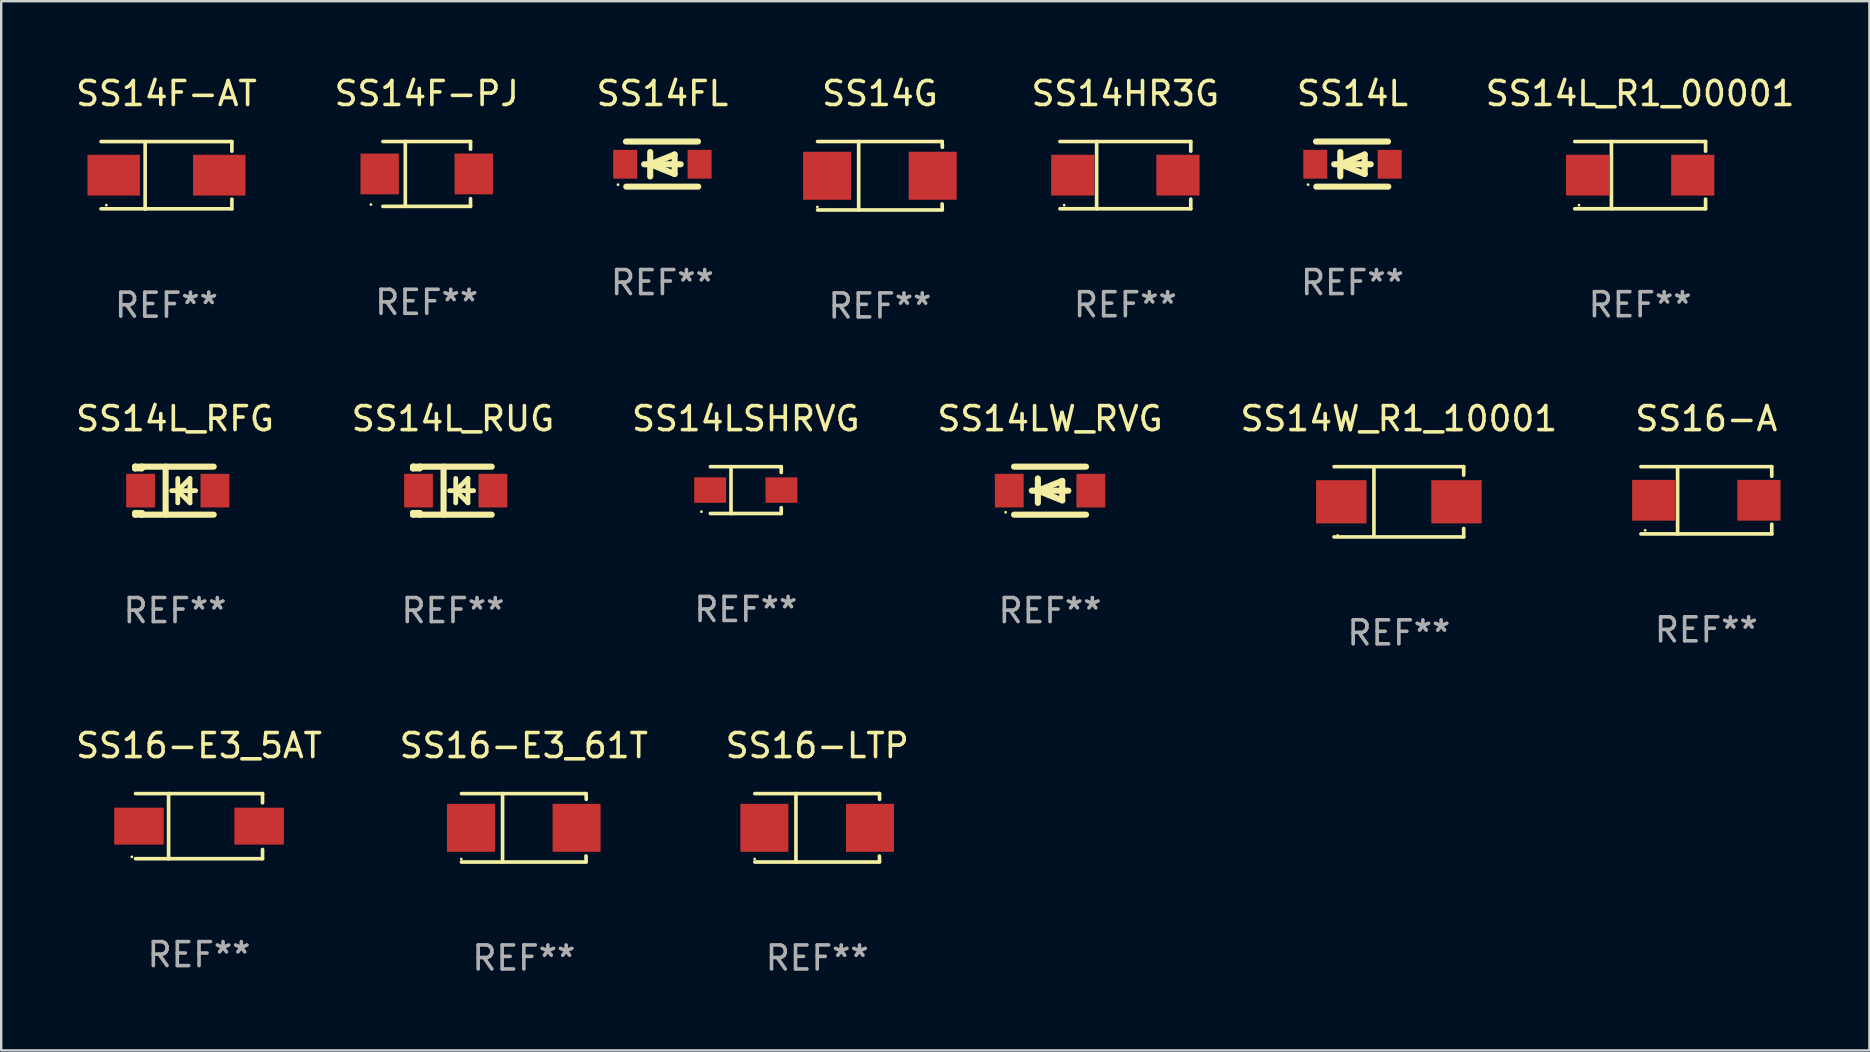
<source format=kicad_pcb>
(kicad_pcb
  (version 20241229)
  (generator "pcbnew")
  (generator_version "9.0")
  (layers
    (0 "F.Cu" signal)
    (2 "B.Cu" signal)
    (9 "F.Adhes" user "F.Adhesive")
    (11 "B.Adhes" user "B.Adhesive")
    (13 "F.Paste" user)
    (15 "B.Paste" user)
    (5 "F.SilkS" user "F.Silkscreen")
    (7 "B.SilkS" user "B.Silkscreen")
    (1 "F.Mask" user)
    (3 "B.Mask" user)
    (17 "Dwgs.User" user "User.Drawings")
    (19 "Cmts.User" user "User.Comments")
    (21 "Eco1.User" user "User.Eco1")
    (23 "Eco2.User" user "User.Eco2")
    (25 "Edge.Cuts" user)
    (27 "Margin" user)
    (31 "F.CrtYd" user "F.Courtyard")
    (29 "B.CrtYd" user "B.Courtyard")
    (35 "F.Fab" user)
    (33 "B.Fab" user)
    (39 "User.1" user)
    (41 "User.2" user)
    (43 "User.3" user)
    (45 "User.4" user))
  (footprint "SS16-LTP"
    (layer "F.Cu")
    (at 31.006 31.447)
    (property "Reference" "SS16-LTP" (at 0 -3.426 0) (layer "F.SilkS") (effects (font (size 1 1) (thickness 0.15))))
    (attr through_hole)
    (fp_line (start -2.6 -1.426) (end 2.593 -1.426) (stroke (width 0.152) (type solid)) (layer "F.SilkS"))
    (fp_line (start -2.6 1.426) (end 2.593 1.426) (stroke (width 0.152) (type solid)) (layer "F.SilkS"))
    (fp_line (start -0.887 -1.426) (end -0.887 1.426) (stroke (width 0.152) (type solid)) (layer "F.SilkS"))
    (fp_line (start 2.59 1.176) (end 2.597 1.415) (stroke (width 0.152) (type solid)) (layer "F.SilkS"))
    (fp_line (start 2.593 -1.426) (end 2.6 -1.187) (stroke (width 0.152) (type solid)) (layer "F.SilkS"))
    (fp_circle (center -2.608 1.3) (end -2.578 1.3) (stroke (width 0.06) (type solid)) (fill no) (layer "F.SilkS"))
    (fp_text user "REF**" (at 0 5.426 0) (layer "F.Fab") (effects (font (size 1 1) (thickness 0.15))))
    (pad "1" smd rect (at -2.203 0 180) (size 2 2) (layers "F.Cu" "F.Mask" "F.Paste"))
    (pad "2" smd rect (at 2.197 0 180) (size 2 2) (layers "F.Cu" "F.Mask" "F.Paste")))
  (footprint "SS16-E3_5AT"
    (layer "F.Cu")
    (at 5.244 31.377)
    (property "Reference" "SS16-E3_5AT" (at 0 -3.356 0) (layer "F.SilkS") (effects (font (size 1 1) (thickness 0.15))))
    (attr through_hole)
    (fp_line (start -2.646 -1.356) (end 2.646 -1.356) (stroke (width 0.152) (type solid)) (layer "F.SilkS"))
    (fp_line (start -2.646 1.356) (end 2.646 1.356) (stroke (width 0.152) (type solid)) (layer "F.SilkS"))
    (fp_line (start -1.269 -1.356) (end -1.269 1.356) (stroke (width 0.152) (type solid)) (layer "F.SilkS"))
    (fp_line (start 2.646 -1.356) (end 2.646 -0.973) (stroke (width 0.152) (type solid)) (layer "F.SilkS"))
    (fp_line (start 2.646 1.356) (end 2.646 0.973) (stroke (width 0.152) (type solid)) (layer "F.SilkS"))
    (fp_circle (center -2.8 1.28) (end -2.77 1.28) (stroke (width 0.06) (type solid)) (fill no) (layer "F.SilkS"))
    (fp_text user "REF**" (at 0 5.356 0) (layer "F.Fab") (effects (font (size 1 1) (thickness 0.15))))
    (pad "1" smd rect (at 2.504 0) (size 2.063 1.539) (layers "F.Cu" "F.Mask" "F.Paste"))
    (pad "2" smd rect (at -2.504 0) (size 2.063 1.539) (layers "F.Cu" "F.Mask" "F.Paste")))
  (footprint "SS14L_R1_00001"
    (layer "F.Cu")
    (at 65.299 4.249)
    (property "Reference" "SS14L_R1_00001" (at 0 -3.401 0) (layer "F.SilkS") (effects (font (size 1 1) (thickness 0.15))))
    (attr through_hole)
    (fp_line (start -2.726 -1.401) (end 2.726 -1.401) (stroke (width 0.152) (type solid)) (layer "F.SilkS"))
    (fp_line (start -2.726 1.401) (end 2.726 1.401) (stroke (width 0.152) (type solid)) (layer "F.SilkS"))
    (fp_line (start -1.197 -1.401) (end -1.197 1.401) (stroke (width 0.152) (type solid)) (layer "F.SilkS"))
    (fp_line (start 2.726 -1.401) (end 2.726 -1) (stroke (width 0.152) (type solid)) (layer "F.SilkS"))
    (fp_line (start 2.726 1.401) (end 2.726 1) (stroke (width 0.152) (type solid)) (layer "F.SilkS"))
    (fp_circle (center -2.55 1.25) (end -2.52 1.25) (stroke (width 0.06) (type solid)) (fill no) (layer "F.SilkS"))
    (fp_text user "REF**" (at 0 5.401 0) (layer "F.Fab") (effects (font (size 1 1) (thickness 0.15))))
    (pad "1" smd rect (at -2.192 0) (size 1.8 1.7) (layers "F.Cu" "F.Mask" "F.Paste"))
    (pad "2" smd rect (at 2.192 0) (size 1.8 1.7) (layers "F.Cu" "F.Mask" "F.Paste")))
  (footprint "SS16-A"
    (layer "F.Cu")
    (at 68.057 17.798)
    (property "Reference" "SS16-A" (at 0 -3.401 0) (layer "F.SilkS") (effects (font (size 1 1) (thickness 0.15))))
    (attr through_hole)
    (fp_line (start -2.726 -1.401) (end 2.726 -1.401) (stroke (width 0.152) (type solid)) (layer "F.SilkS"))
    (fp_line (start -2.726 1.401) (end 2.726 1.401) (stroke (width 0.152) (type solid)) (layer "F.SilkS"))
    (fp_line (start -1.197 -1.401) (end -1.197 1.401) (stroke (width 0.152) (type solid)) (layer "F.SilkS"))
    (fp_line (start 2.726 -1.401) (end 2.726 -1) (stroke (width 0.152) (type solid)) (layer "F.SilkS"))
    (fp_line (start 2.726 1.401) (end 2.726 1) (stroke (width 0.152) (type solid)) (layer "F.SilkS"))
    (fp_circle (center -2.55 1.25) (end -2.52 1.25) (stroke (width 0.06) (type solid)) (fill no) (layer "F.SilkS"))
    (fp_text user "REF**" (at 0 5.401 0) (layer "F.Fab") (effects (font (size 1 1) (thickness 0.15))))
    (pad "1" smd rect (at -2.192 0) (size 1.8 1.7) (layers "F.Cu" "F.Mask" "F.Paste"))
    (pad "2" smd rect (at 2.192 0) (size 1.8 1.7) (layers "F.Cu" "F.Mask" "F.Paste")))
  (footprint "SS14HR3G"
    (layer "F.Cu")
    (at 43.846 4.249)
    (property "Reference" "SS14HR3G" (at 0 -3.401 0) (layer "F.SilkS") (effects (font (size 1 1) (thickness 0.15))))
    (attr through_hole)
    (fp_line (start -2.726 -1.401) (end 2.726 -1.401) (stroke (width 0.152) (type solid)) (layer "F.SilkS"))
    (fp_line (start -2.726 1.401) (end 2.726 1.401) (stroke (width 0.152) (type solid)) (layer "F.SilkS"))
    (fp_line (start -1.197 -1.401) (end -1.197 1.401) (stroke (width 0.152) (type solid)) (layer "F.SilkS"))
    (fp_line (start 2.726 -1.401) (end 2.726 -1) (stroke (width 0.152) (type solid)) (layer "F.SilkS"))
    (fp_line (start 2.726 1.401) (end 2.726 1) (stroke (width 0.152) (type solid)) (layer "F.SilkS"))
    (fp_circle (center -2.55 1.25) (end -2.52 1.25) (stroke (width 0.06) (type solid)) (fill no) (layer "F.SilkS"))
    (fp_text user "REF**" (at 0 5.401 0) (layer "F.Fab") (effects (font (size 1 1) (thickness 0.15))))
    (pad "1" smd rect (at -2.192 0) (size 1.8 1.7) (layers "F.Cu" "F.Mask" "F.Paste"))
    (pad "2" smd rect (at 2.192 0) (size 1.8 1.7) (layers "F.Cu" "F.Mask" "F.Paste")))
  (footprint "SS14F-AT"
    (layer "F.Cu")
    (at 3.887 4.259)
    (property "Reference" "SS14F-AT" (at 0 -3.41 0) (layer "F.SilkS") (effects (font (size 1 1) (thickness 0.15))))
    (attr through_hole)
    (fp_line (start -2.726 -1.41) (end 2.726 -1.41) (stroke (width 0.152) (type solid)) (layer "F.SilkS"))
    (fp_line (start -2.726 1.392) (end 2.726 1.392) (stroke (width 0.152) (type solid)) (layer "F.SilkS"))
    (fp_line (start -0.888 -1.392) (end -0.888 1.41) (stroke (width 0.152) (type solid)) (layer "F.SilkS"))
    (fp_line (start 2.726 -1.41) (end 2.726 -1.009) (stroke (width 0.152) (type solid)) (layer "F.SilkS"))
    (fp_line (start 2.726 1.392) (end 2.726 0.991) (stroke (width 0.152) (type solid)) (layer "F.SilkS"))
    (fp_circle (center -2.507 1.241) (end -2.477 1.241) (stroke (width 0.06) (type solid)) (fill no) (layer "F.SilkS"))
    (fp_text user "REF**" (at 0 5.41 0) (layer "F.Fab") (effects (font (size 1 1) (thickness 0.15))))
    (pad "1" smd rect (at -2.2 -0.009 180) (size 2.185 1.7) (layers "F.Cu" "F.Mask" "F.Paste"))
    (pad "2" smd rect (at 2.2 -0.009 180) (size 2.185 1.7) (layers "F.Cu" "F.Mask" "F.Paste")))
  (footprint "SS14L"
    (layer "F.Cu")
    (at 53.311 3.788)
    (property "Reference" "SS14L" (at 0 -2.94 0) (layer "F.SilkS") (effects (font (size 1 1) (thickness 0.15))))
    (attr through_hole)
    (fp_line (start -1.52 -0.94) (end 1.48 -0.94) (stroke (width 0.254) (type solid)) (layer "F.SilkS"))
    (fp_line (start -1.507 0.94) (end 1.493 0.94) (stroke (width 0.254) (type solid)) (layer "F.SilkS"))
    (fp_line (start -0.762 0.007) (end 0.762 0.007) (stroke (width 0.254) (type solid)) (layer "F.SilkS"))
    (fp_line (start -0.508 -0.501) (end -0.508 0.515) (stroke (width 0.254) (type solid)) (layer "F.SilkS"))
    (fp_line (start -0.508 0.007) (end 0.508 -0.4) (stroke (width 0.254) (type solid)) (layer "F.SilkS"))
    (fp_line (start 0.508 -0.4) (end 0.508 0.413) (stroke (width 0.254) (type solid)) (layer "F.SilkS"))
    (fp_line (start 0.508 0.413) (end -0.508 0.007) (stroke (width 0.254) (type solid)) (layer "F.SilkS"))
    (fp_circle (center -1.85 0.857) (end -1.82 0.857) (stroke (width 0.06) (type solid)) (fill no) (layer "F.SilkS"))
    (fp_text user "REF**" (at 0 4.94 0) (layer "F.Fab") (effects (font (size 1 1) (thickness 0.15))))
    (pad "1" smd rect (at -1.55 0.007) (size 1 1.2) (layers "F.Cu" "F.Mask" "F.Paste"))
    (pad "2" smd rect (at 1.55 0.007) (size 1 1.2) (layers "F.Cu" "F.Mask" "F.Paste")))
  (footprint "SS14FL"
    (layer "F.Cu")
    (at 24.554 3.788)
    (property "Reference" "SS14FL" (at 0 -2.94 0) (layer "F.SilkS") (effects (font (size 1 1) (thickness 0.15))))
    (attr through_hole)
    (fp_line (start -1.52 -0.94) (end 1.48 -0.94) (stroke (width 0.254) (type solid)) (layer "F.SilkS"))
    (fp_line (start -1.507 0.94) (end 1.493 0.94) (stroke (width 0.254) (type solid)) (layer "F.SilkS"))
    (fp_line (start -0.762 0.007) (end 0.762 0.007) (stroke (width 0.254) (type solid)) (layer "F.SilkS"))
    (fp_line (start -0.508 -0.501) (end -0.508 0.515) (stroke (width 0.254) (type solid)) (layer "F.SilkS"))
    (fp_line (start -0.508 0.007) (end 0.508 -0.4) (stroke (width 0.254) (type solid)) (layer "F.SilkS"))
    (fp_line (start 0.508 -0.4) (end 0.508 0.413) (stroke (width 0.254) (type solid)) (layer "F.SilkS"))
    (fp_line (start 0.508 0.413) (end -0.508 0.007) (stroke (width 0.254) (type solid)) (layer "F.SilkS"))
    (fp_circle (center -1.85 0.857) (end -1.82 0.857) (stroke (width 0.06) (type solid)) (fill no) (layer "F.SilkS"))
    (fp_text user "REF**" (at 0 4.94 0) (layer "F.Fab") (effects (font (size 1 1) (thickness 0.15))))
    (pad "1" smd rect (at -1.55 0.007) (size 1 1.2) (layers "F.Cu" "F.Mask" "F.Paste"))
    (pad "2" smd rect (at 1.55 0.007) (size 1 1.2) (layers "F.Cu" "F.Mask" "F.Paste")))
  (footprint "SS14W_R1_10001"
    (layer "F.Cu")
    (at 55.244 17.861)
    (property "Reference" "SS14W_R1_10001" (at 0 -3.464 0) (layer "F.SilkS") (effects (font (size 1 1) (thickness 0.15))))
    (attr through_hole)
    (fp_line (start -2.701 -1.464) (end 2.701 -1.464) (stroke (width 0.152) (type solid)) (layer "F.SilkS"))
    (fp_line (start -2.701 1.464) (end 2.701 1.464) (stroke (width 0.152) (type solid)) (layer "F.SilkS"))
    (fp_line (start -1.039 -1.364) (end -1.039 1.364) (stroke (width 0.152) (type solid)) (layer "F.SilkS"))
    (fp_line (start 2.701 -1.464) (end 2.701 -1.113) (stroke (width 0.152) (type solid)) (layer "F.SilkS"))
    (fp_line (start 2.701 1.464) (end 2.701 1.113) (stroke (width 0.152) (type solid)) (layer "F.SilkS"))
    (fp_circle (center -2.55 1.4) (end -2.52 1.4) (stroke (width 0.06) (type solid)) (fill no) (layer "F.SilkS"))
    (fp_text user "REF**" (at 0 5.464 0) (layer "F.Fab") (effects (font (size 1 1) (thickness 0.15))))
    (pad "1" smd rect (at -2.4 0.000025) (size 2.1 1.8) (layers "F.Cu" "F.Mask" "F.Paste"))
    (pad "2" smd rect (at 2.4 0.000025) (size 2.1 1.8) (layers "F.Cu" "F.Mask" "F.Paste")))
  (footprint "SS14LSHRVG"
    (layer "F.Cu")
    (at 28.03 17.373)
    (property "Reference" "SS14LSHRVG" (at 0 -2.976 0) (layer "F.SilkS") (effects (font (size 1 1) (thickness 0.15))))
    (attr through_hole)
    (fp_line (start -1.476 -0.976) (end 1.476 -0.976) (stroke (width 0.152) (type solid)) (layer "F.SilkS"))
    (fp_line (start -1.476 0.976) (end 1.476 0.976) (stroke (width 0.152) (type solid)) (layer "F.SilkS"))
    (fp_line (start -0.617 -0.976) (end -0.617 0.976) (stroke (width 0.152) (type solid)) (layer "F.SilkS"))
    (fp_line (start 1.476 -0.976) (end 1.476 -0.733) (stroke (width 0.152) (type solid)) (layer "F.SilkS"))
    (fp_line (start 1.476 0.976) (end 1.476 0.733) (stroke (width 0.152) (type solid)) (layer "F.SilkS"))
    (fp_circle (center -1.85 0.9) (end -1.82 0.9) (stroke (width 0.06) (type solid)) (fill no) (layer "F.SilkS"))
    (fp_text user "REF**" (at 0 4.976 0) (layer "F.Fab") (effects (font (size 1 1) (thickness 0.15))))
    (pad "1" smd rect (at -1.485 0) (size 1.33 1.06) (layers "F.Cu" "F.Mask" "F.Paste"))
    (pad "2" smd rect (at 1.485 0) (size 1.33 1.06) (layers "F.Cu" "F.Mask" "F.Paste")))
  (footprint "SS14F-PJ"
    (layer "F.Cu")
    (at 14.732 4.199)
    (property "Reference" "SS14F-PJ" (at 0 -3.351 0) (layer "F.SilkS") (effects (font (size 1 1) (thickness 0.15))))
    (attr through_hole)
    (fp_line (start -1.826 -1.351) (end 1.826 -1.351) (stroke (width 0.152) (type solid)) (layer "F.SilkS"))
    (fp_line (start -1.826 1.351) (end 1.826 1.351) (stroke (width 0.152) (type solid)) (layer "F.SilkS"))
    (fp_line (start -0.892 -1.351) (end -0.892 1.351) (stroke (width 0.152) (type solid)) (layer "F.SilkS"))
    (fp_line (start 1.826 -1.351) (end 1.826 -1.03) (stroke (width 0.152) (type solid)) (layer "F.SilkS"))
    (fp_line (start 1.826 1.03) (end 1.826 1.351) (stroke (width 0.152) (type solid)) (layer "F.SilkS"))
    (fp_circle (center -2.325 1.275) (end -2.295 1.275) (stroke (width 0.06) (type solid)) (fill no) (layer "F.SilkS"))
    (fp_text user "REF**" (at 0 5.351 0) (layer "F.Fab") (effects (font (size 1 1) (thickness 0.15))))
    (pad "1" smd rect (at -1.96 0 180) (size 1.6 1.7) (layers "F.Cu" "F.Mask" "F.Paste"))
    (pad "2" smd rect (at 1.96 0 180) (size 1.6 1.7) (layers "F.Cu" "F.Mask" "F.Paste")))
  (footprint "SS14L_RFG"
    (layer "F.Cu")
    (at 4.244 17.397)
    (property "Reference" "SS14L_RFG" (at 0 -3 0) (layer "F.SilkS") (effects (font (size 1 1) (thickness 0.15))))
    (attr through_hole)
    (fp_line (start -1.664 -1) (end -1.664 -0.931) (stroke (width 0.254) (type solid)) (layer "F.SilkS"))
    (fp_line (start -1.664 -0.931) (end -1.664 -1) (stroke (width 0.254) (type solid)) (layer "F.SilkS"))
    (fp_line (start -1.664 0.931) (end -1.386 0.931) (stroke (width 0.254) (type solid)) (layer "F.SilkS"))
    (fp_line (start -1.664 1) (end -1.664 0.931) (stroke (width 0.254) (type solid)) (layer "F.SilkS"))
    (fp_line (start -1.386 -1) (end -1.664 -1) (stroke (width 0.254) (type solid)) (layer "F.SilkS"))
    (fp_line (start -1.386 -1) (end -1.386 -0.931) (stroke (width 0.254) (type solid)) (layer "F.SilkS"))
    (fp_line (start -1.386 -1) (end 1.614 -1) (stroke (width 0.254) (type solid)) (layer "F.SilkS"))
    (fp_line (start -1.386 -0.931) (end -1.664 -0.931) (stroke (width 0.254) (type solid)) (layer "F.SilkS"))
    (fp_line (start -1.386 0.931) (end -1.386 1) (stroke (width 0.254) (type solid)) (layer "F.SilkS"))
    (fp_line (start -1.386 1) (end -1.664 1) (stroke (width 0.254) (type solid)) (layer "F.SilkS"))
    (fp_line (start -1.386 1) (end 1.614 1) (stroke (width 0.254) (type solid)) (layer "F.SilkS"))
    (fp_line (start -0.392 -1) (end -0.392 1) (stroke (width 0.254) (type solid)) (layer "F.SilkS"))
    (fp_line (start -0.14 0) (end 0.86 0) (stroke (width 0.2) (type solid)) (layer "F.SilkS"))
    (fp_line (start 0.114 -0.508) (end 0.114 0.508) (stroke (width 0.2) (type solid)) (layer "F.SilkS"))
    (fp_line (start 0.114 0) (end 0.622 -0.508) (stroke (width 0.2) (type solid)) (layer "F.SilkS"))
    (fp_line (start 0.622 -0.508) (end 0.622 0.508) (stroke (width 0.2) (type solid)) (layer "F.SilkS"))
    (fp_line (start 0.622 0.508) (end 0.114 0) (stroke (width 0.2) (type solid)) (layer "F.SilkS"))
    (fp_circle (center -1.692 0.9) (end -1.662 0.9) (stroke (width 0.06) (type solid)) (fill no) (layer "F.SilkS"))
    (fp_text user "REF**" (at 0 5 0) (layer "F.Fab") (effects (font (size 1 1) (thickness 0.15))))
    (pad "1" smd rect (at -1.436 0) (size 1.2 1.4) (layers "F.Cu" "F.Mask" "F.Paste"))
    (pad "2" smd rect (at 1.664 0) (size 1.2 1.4) (layers "F.Cu" "F.Mask" "F.Paste")))
  (footprint "SS14G"
    (layer "F.Cu")
    (at 33.62 4.274)
    (property "Reference" "SS14G" (at 0 -3.426 0) (layer "F.SilkS") (effects (font (size 1 1) (thickness 0.15))))
    (attr through_hole)
    (fp_line (start -2.6 -1.426) (end 2.593 -1.426) (stroke (width 0.152) (type solid)) (layer "F.SilkS"))
    (fp_line (start -2.6 1.426) (end 2.593 1.426) (stroke (width 0.152) (type solid)) (layer "F.SilkS"))
    (fp_line (start -0.887 -1.426) (end -0.887 1.426) (stroke (width 0.152) (type solid)) (layer "F.SilkS"))
    (fp_line (start 2.59 1.176) (end 2.597 1.415) (stroke (width 0.152) (type solid)) (layer "F.SilkS"))
    (fp_line (start 2.593 -1.426) (end 2.6 -1.187) (stroke (width 0.152) (type solid)) (layer "F.SilkS"))
    (fp_circle (center -2.608 1.3) (end -2.578 1.3) (stroke (width 0.06) (type solid)) (fill no) (layer "F.SilkS"))
    (fp_text user "REF**" (at 0 5.426 0) (layer "F.Fab") (effects (font (size 1 1) (thickness 0.15))))
    (pad "1" smd rect (at -2.203 0 180) (size 2 2) (layers "F.Cu" "F.Mask" "F.Paste"))
    (pad "2" smd rect (at 2.197 0 180) (size 2 2) (layers "F.Cu" "F.Mask" "F.Paste")))
  (footprint "SS14L_RUG"
    (layer "F.Cu")
    (at 15.827 17.397)
    (property "Reference" "SS14L_RUG" (at 0 -3 0) (layer "F.SilkS") (effects (font (size 1 1) (thickness 0.15))))
    (attr through_hole)
    (fp_line (start -1.664 -1) (end -1.664 -0.931) (stroke (width 0.254) (type solid)) (layer "F.SilkS"))
    (fp_line (start -1.664 -0.931) (end -1.664 -1) (stroke (width 0.254) (type solid)) (layer "F.SilkS"))
    (fp_line (start -1.664 0.931) (end -1.386 0.931) (stroke (width 0.254) (type solid)) (layer "F.SilkS"))
    (fp_line (start -1.664 1) (end -1.664 0.931) (stroke (width 0.254) (type solid)) (layer "F.SilkS"))
    (fp_line (start -1.386 -1) (end -1.664 -1) (stroke (width 0.254) (type solid)) (layer "F.SilkS"))
    (fp_line (start -1.386 -1) (end -1.386 -0.931) (stroke (width 0.254) (type solid)) (layer "F.SilkS"))
    (fp_line (start -1.386 -1) (end 1.614 -1) (stroke (width 0.254) (type solid)) (layer "F.SilkS"))
    (fp_line (start -1.386 -0.931) (end -1.664 -0.931) (stroke (width 0.254) (type solid)) (layer "F.SilkS"))
    (fp_line (start -1.386 0.931) (end -1.386 1) (stroke (width 0.254) (type solid)) (layer "F.SilkS"))
    (fp_line (start -1.386 1) (end -1.664 1) (stroke (width 0.254) (type solid)) (layer "F.SilkS"))
    (fp_line (start -1.386 1) (end 1.614 1) (stroke (width 0.254) (type solid)) (layer "F.SilkS"))
    (fp_line (start -0.392 -1) (end -0.392 1) (stroke (width 0.254) (type solid)) (layer "F.SilkS"))
    (fp_line (start -0.14 0) (end 0.86 0) (stroke (width 0.2) (type solid)) (layer "F.SilkS"))
    (fp_line (start 0.114 -0.508) (end 0.114 0.508) (stroke (width 0.2) (type solid)) (layer "F.SilkS"))
    (fp_line (start 0.114 0) (end 0.622 -0.508) (stroke (width 0.2) (type solid)) (layer "F.SilkS"))
    (fp_line (start 0.622 -0.508) (end 0.622 0.508) (stroke (width 0.2) (type solid)) (layer "F.SilkS"))
    (fp_line (start 0.622 0.508) (end 0.114 0) (stroke (width 0.2) (type solid)) (layer "F.SilkS"))
    (fp_circle (center -1.692 0.9) (end -1.662 0.9) (stroke (width 0.06) (type solid)) (fill no) (layer "F.SilkS"))
    (fp_text user "REF**" (at 0 5 0) (layer "F.Fab") (effects (font (size 1 1) (thickness 0.15))))
    (pad "1" smd rect (at -1.436 0) (size 1.2 1.4) (layers "F.Cu" "F.Mask" "F.Paste"))
    (pad "2" smd rect (at 1.664 0) (size 1.2 1.4) (layers "F.Cu" "F.Mask" "F.Paste")))
  (footprint "SS16-E3_61T"
    (layer "F.Cu")
    (at 18.78 31.447)
    (property "Reference" "SS16-E3_61T" (at 0 -3.426 0) (layer "F.SilkS") (effects (font (size 1 1) (thickness 0.15))))
    (attr through_hole)
    (fp_line (start -2.6 -1.426) (end 2.593 -1.426) (stroke (width 0.152) (type solid)) (layer "F.SilkS"))
    (fp_line (start -2.6 1.426) (end 2.593 1.426) (stroke (width 0.152) (type solid)) (layer "F.SilkS"))
    (fp_line (start -0.887 -1.426) (end -0.887 1.426) (stroke (width 0.152) (type solid)) (layer "F.SilkS"))
    (fp_line (start 2.59 1.176) (end 2.597 1.415) (stroke (width 0.152) (type solid)) (layer "F.SilkS"))
    (fp_line (start 2.593 -1.426) (end 2.6 -1.187) (stroke (width 0.152) (type solid)) (layer "F.SilkS"))
    (fp_circle (center -2.608 1.3) (end -2.578 1.3) (stroke (width 0.06) (type solid)) (fill no) (layer "F.SilkS"))
    (fp_text user "REF**" (at 0 5.426 0) (layer "F.Fab") (effects (font (size 1 1) (thickness 0.15))))
    (pad "1" smd rect (at -2.203 0 180) (size 2 2) (layers "F.Cu" "F.Mask" "F.Paste"))
    (pad "2" smd rect (at 2.197 0 180) (size 2 2) (layers "F.Cu" "F.Mask" "F.Paste")))
  (footprint "SS14LW_RVG"
    (layer "F.Cu")
    (at 40.708 17.397)
    (property "Reference" "SS14LW_RVG" (at 0 -3 0) (layer "F.SilkS") (effects (font (size 1 1) (thickness 0.15))))
    (attr through_hole)
    (fp_line (start -1.5 -1) (end 1.5 -1) (stroke (width 0.254) (type solid)) (layer "F.SilkS"))
    (fp_line (start -1.5 1) (end 1.5 1) (stroke (width 0.254) (type solid)) (layer "F.SilkS"))
    (fp_line (start -0.762 0) (end 0.762 0) (stroke (width 0.254) (type solid)) (layer "F.SilkS"))
    (fp_line (start -0.508 -0.508) (end -0.508 0.508) (stroke (width 0.254) (type solid)) (layer "F.SilkS"))
    (fp_line (start -0.508 0) (end 0.508 -0.406) (stroke (width 0.254) (type solid)) (layer "F.SilkS"))
    (fp_line (start 0.508 -0.406) (end 0.508 0.406) (stroke (width 0.254) (type solid)) (layer "F.SilkS"))
    (fp_line (start 0.508 0.406) (end -0.508 0) (stroke (width 0.254) (type solid)) (layer "F.SilkS"))
    (fp_circle (center -1.85 0.9) (end -1.82 0.9) (stroke (width 0.06) (type solid)) (fill no) (layer "F.SilkS"))
    (fp_text user "REF**" (at 0 5 0) (layer "F.Fab") (effects (font (size 1 1) (thickness 0.15))))
    (pad "1" smd rect (at -1.7 0) (size 1.2 1.4) (layers "F.Cu" "F.Mask" "F.Paste"))
    (pad "2" smd rect (at 1.7 0) (size 1.2 1.4) (layers "F.Cu" "F.Mask" "F.Paste")))
  (gr_rect
    (start -3 -3)
    (end 74.852 40.722)
    (stroke (width 0.1) (type default))
    (fill no)
    (layer "Edge.Cuts")))
</source>
